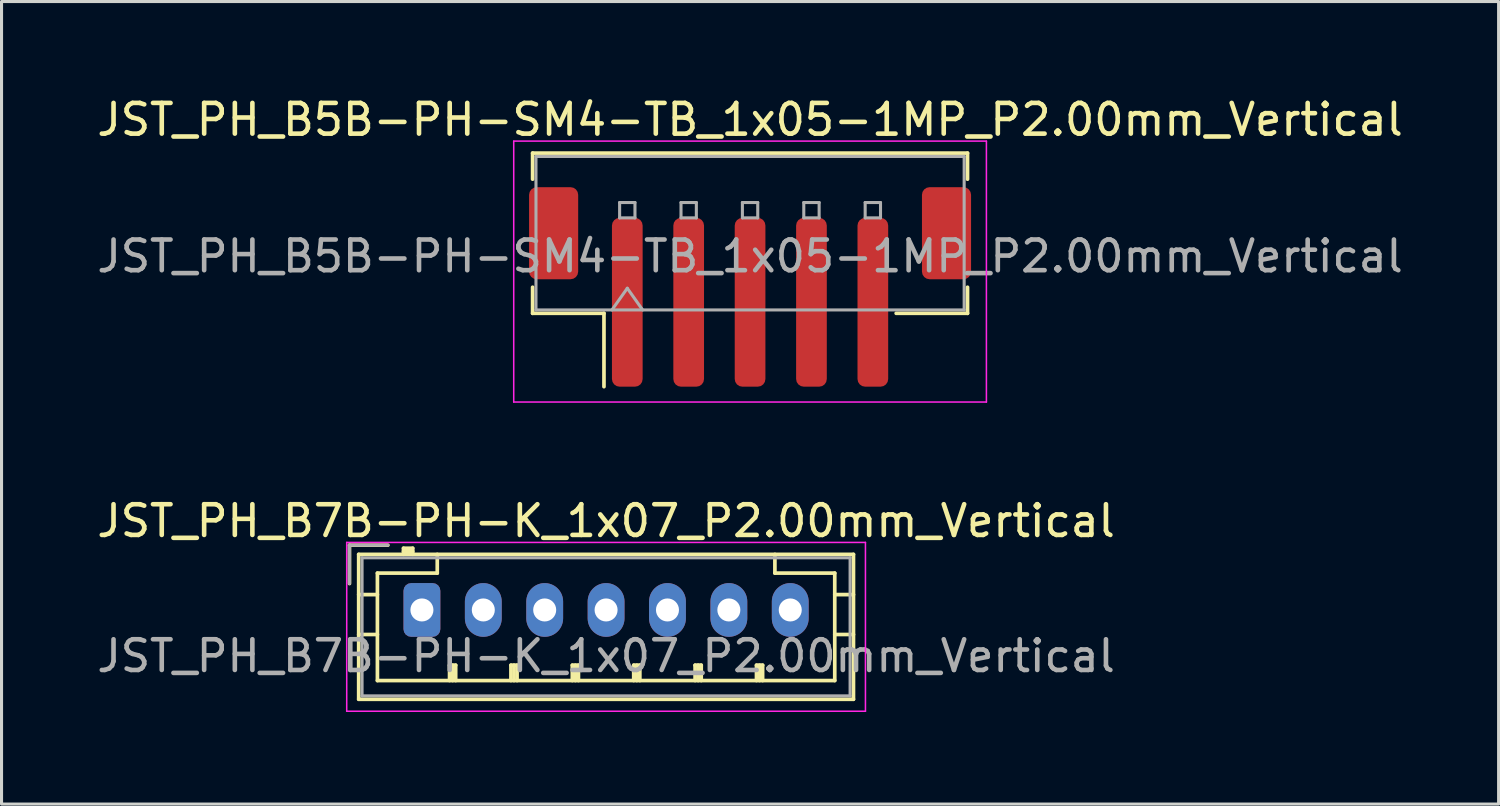
<source format=kicad_pcb>
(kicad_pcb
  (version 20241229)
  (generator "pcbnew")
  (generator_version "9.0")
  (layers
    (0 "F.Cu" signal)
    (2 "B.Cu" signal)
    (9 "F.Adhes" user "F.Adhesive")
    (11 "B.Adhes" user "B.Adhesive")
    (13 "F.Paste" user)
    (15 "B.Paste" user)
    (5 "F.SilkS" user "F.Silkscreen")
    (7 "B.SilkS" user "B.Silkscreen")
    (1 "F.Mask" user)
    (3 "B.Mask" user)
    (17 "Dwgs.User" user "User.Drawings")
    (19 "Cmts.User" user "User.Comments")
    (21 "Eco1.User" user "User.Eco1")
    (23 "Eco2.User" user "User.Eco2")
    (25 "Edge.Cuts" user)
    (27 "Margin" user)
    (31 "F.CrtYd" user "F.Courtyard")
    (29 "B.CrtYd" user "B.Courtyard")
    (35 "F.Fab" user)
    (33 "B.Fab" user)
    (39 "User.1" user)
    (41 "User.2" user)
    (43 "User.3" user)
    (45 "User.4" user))
  (footprint "JST_PH_B7B-PH-K_1x07_P2.00mm_Vertical"
    (layer "F.Cu")
    (at 10.696 16.822)
    (property "Reference" "JST_PH_B7B-PH-K_1x07_P2.00mm_Vertical" (at 6 -2.9 0) (layer "F.SilkS") (effects (font (size 1 1) (thickness 0.15))))
    (attr through_hole)
    (fp_line (start -2.36 -2.11) (end -2.36 -0.86) (stroke (width 0.12) (type solid)) (layer "F.SilkS"))
    (fp_line (start -2.06 -1.81) (end -2.06 2.91) (stroke (width 0.12) (type solid)) (layer "F.SilkS"))
    (fp_line (start -2.06 -0.5) (end -1.45 -0.5) (stroke (width 0.12) (type solid)) (layer "F.SilkS"))
    (fp_line (start -2.06 0.8) (end -1.45 0.8) (stroke (width 0.12) (type solid)) (layer "F.SilkS"))
    (fp_line (start -2.06 2.91) (end 14.06 2.91) (stroke (width 0.12) (type solid)) (layer "F.SilkS"))
    (fp_line (start -1.45 -1.2) (end -1.45 2.3) (stroke (width 0.12) (type solid)) (layer "F.SilkS"))
    (fp_line (start -1.45 2.3) (end 13.45 2.3) (stroke (width 0.12) (type solid)) (layer "F.SilkS"))
    (fp_line (start -1.11 -2.11) (end -2.36 -2.11) (stroke (width 0.12) (type solid)) (layer "F.SilkS"))
    (fp_line (start -0.6 -2.01) (end -0.6 -1.81) (stroke (width 0.12) (type solid)) (layer "F.SilkS"))
    (fp_line (start -0.3 -2.01) (end -0.6 -2.01) (stroke (width 0.12) (type solid)) (layer "F.SilkS"))
    (fp_line (start -0.3 -1.91) (end -0.6 -1.91) (stroke (width 0.12) (type solid)) (layer "F.SilkS"))
    (fp_line (start -0.3 -1.81) (end -0.3 -2.01) (stroke (width 0.12) (type solid)) (layer "F.SilkS"))
    (fp_line (start 0.5 -1.81) (end 0.5 -1.2) (stroke (width 0.12) (type solid)) (layer "F.SilkS"))
    (fp_line (start 0.5 -1.2) (end -1.45 -1.2) (stroke (width 0.12) (type solid)) (layer "F.SilkS"))
    (fp_line (start 0.9 1.8) (end 1.1 1.8) (stroke (width 0.12) (type solid)) (layer "F.SilkS"))
    (fp_line (start 0.9 2.3) (end 0.9 1.8) (stroke (width 0.12) (type solid)) (layer "F.SilkS"))
    (fp_line (start 1 2.3) (end 1 1.8) (stroke (width 0.12) (type solid)) (layer "F.SilkS"))
    (fp_line (start 1.1 1.8) (end 1.1 2.3) (stroke (width 0.12) (type solid)) (layer "F.SilkS"))
    (fp_line (start 2.9 1.8) (end 3.1 1.8) (stroke (width 0.12) (type solid)) (layer "F.SilkS"))
    (fp_line (start 2.9 2.3) (end 2.9 1.8) (stroke (width 0.12) (type solid)) (layer "F.SilkS"))
    (fp_line (start 3 2.3) (end 3 1.8) (stroke (width 0.12) (type solid)) (layer "F.SilkS"))
    (fp_line (start 3.1 1.8) (end 3.1 2.3) (stroke (width 0.12) (type solid)) (layer "F.SilkS"))
    (fp_line (start 4.9 1.8) (end 5.1 1.8) (stroke (width 0.12) (type solid)) (layer "F.SilkS"))
    (fp_line (start 4.9 2.3) (end 4.9 1.8) (stroke (width 0.12) (type solid)) (layer "F.SilkS"))
    (fp_line (start 5 2.3) (end 5 1.8) (stroke (width 0.12) (type solid)) (layer "F.SilkS"))
    (fp_line (start 5.1 1.8) (end 5.1 2.3) (stroke (width 0.12) (type solid)) (layer "F.SilkS"))
    (fp_line (start 6.9 1.8) (end 7.1 1.8) (stroke (width 0.12) (type solid)) (layer "F.SilkS"))
    (fp_line (start 6.9 2.3) (end 6.9 1.8) (stroke (width 0.12) (type solid)) (layer "F.SilkS"))
    (fp_line (start 7 2.3) (end 7 1.8) (stroke (width 0.12) (type solid)) (layer "F.SilkS"))
    (fp_line (start 7.1 1.8) (end 7.1 2.3) (stroke (width 0.12) (type solid)) (layer "F.SilkS"))
    (fp_line (start 8.9 1.8) (end 9.1 1.8) (stroke (width 0.12) (type solid)) (layer "F.SilkS"))
    (fp_line (start 8.9 2.3) (end 8.9 1.8) (stroke (width 0.12) (type solid)) (layer "F.SilkS"))
    (fp_line (start 9 2.3) (end 9 1.8) (stroke (width 0.12) (type solid)) (layer "F.SilkS"))
    (fp_line (start 9.1 1.8) (end 9.1 2.3) (stroke (width 0.12) (type solid)) (layer "F.SilkS"))
    (fp_line (start 10.9 1.8) (end 11.1 1.8) (stroke (width 0.12) (type solid)) (layer "F.SilkS"))
    (fp_line (start 10.9 2.3) (end 10.9 1.8) (stroke (width 0.12) (type solid)) (layer "F.SilkS"))
    (fp_line (start 11 2.3) (end 11 1.8) (stroke (width 0.12) (type solid)) (layer "F.SilkS"))
    (fp_line (start 11.1 1.8) (end 11.1 2.3) (stroke (width 0.12) (type solid)) (layer "F.SilkS"))
    (fp_line (start 11.5 -1.2) (end 11.5 -1.81) (stroke (width 0.12) (type solid)) (layer "F.SilkS"))
    (fp_line (start 13.45 -1.2) (end 11.5 -1.2) (stroke (width 0.12) (type solid)) (layer "F.SilkS"))
    (fp_line (start 13.45 2.3) (end 13.45 -1.2) (stroke (width 0.12) (type solid)) (layer "F.SilkS"))
    (fp_line (start 14.06 -1.81) (end -2.06 -1.81) (stroke (width 0.12) (type solid)) (layer "F.SilkS"))
    (fp_line (start 14.06 -0.5) (end 13.45 -0.5) (stroke (width 0.12) (type solid)) (layer "F.SilkS"))
    (fp_line (start 14.06 0.8) (end 13.45 0.8) (stroke (width 0.12) (type solid)) (layer "F.SilkS"))
    (fp_line (start 14.06 2.91) (end 14.06 -1.81) (stroke (width 0.12) (type solid)) (layer "F.SilkS"))
    (fp_line (start -2.45 -2.2) (end -2.45 3.3) (stroke (width 0.05) (type solid)) (layer "F.CrtYd"))
    (fp_line (start -2.45 3.3) (end 14.45 3.3) (stroke (width 0.05) (type solid)) (layer "F.CrtYd"))
    (fp_line (start 14.45 -2.2) (end -2.45 -2.2) (stroke (width 0.05) (type solid)) (layer "F.CrtYd"))
    (fp_line (start 14.45 3.3) (end 14.45 -2.2) (stroke (width 0.05) (type solid)) (layer "F.CrtYd"))
    (fp_line (start -2.36 -2.11) (end -2.36 -0.86) (stroke (width 0.1) (type solid)) (layer "F.Fab"))
    (fp_line (start -1.95 -1.7) (end -1.95 2.8) (stroke (width 0.1) (type solid)) (layer "F.Fab"))
    (fp_line (start -1.95 2.8) (end 13.95 2.8) (stroke (width 0.1) (type solid)) (layer "F.Fab"))
    (fp_line (start -1.11 -2.11) (end -2.36 -2.11) (stroke (width 0.1) (type solid)) (layer "F.Fab"))
    (fp_line (start 13.95 -1.7) (end -1.95 -1.7) (stroke (width 0.1) (type solid)) (layer "F.Fab"))
    (fp_line (start 13.95 2.8) (end 13.95 -1.7) (stroke (width 0.1) (type solid)) (layer "F.Fab"))
    (fp_text user "${REFERENCE}" (at 6 1.5 0) (layer "F.Fab") (effects (font (size 1 1) (thickness 0.15))))
    (pad "1" thru_hole roundrect (at 0 0) (size 1.2 1.75) (drill 0.75) (layers "*.Cu" "*.Mask") (roundrect_rratio 0.208))
    (pad "2" thru_hole oval (at 2 0) (size 1.2 1.75) (drill 0.75) (layers "*.Cu" "*.Mask"))
    (pad "3" thru_hole oval (at 4 0) (size 1.2 1.75) (drill 0.75) (layers "*.Cu" "*.Mask"))
    (pad "4" thru_hole oval (at 6 0) (size 1.2 1.75) (drill 0.75) (layers "*.Cu" "*.Mask"))
    (pad "5" thru_hole oval (at 8 0) (size 1.2 1.75) (drill 0.75) (layers "*.Cu" "*.Mask"))
    (pad "6" thru_hole oval (at 10 0) (size 1.2 1.75) (drill 0.75) (layers "*.Cu" "*.Mask"))
    (pad "7" thru_hole oval (at 12 0) (size 1.2 1.75) (drill 0.75) (layers "*.Cu" "*.Mask")))
  (footprint "JST_PH_B5B-PH-SM4-TB_1x05-1MP_P2.00mm_Vertical"
    (layer "F.Cu")
    (at 21.387 6.298)
    (property "Reference" "JST_PH_B5B-PH-SM4-TB_1x05-1MP_P2.00mm_Vertical" (at 0 -5.45 0) (layer "F.SilkS") (effects (font (size 1 1) (thickness 0.15))))
    (attr smd)
    (fp_line (start -7.085 -4.36) (end 7.085 -4.36) (stroke (width 0.12) (type solid)) (layer "F.SilkS"))
    (fp_line (start -7.085 -3.51) (end -7.085 -4.36) (stroke (width 0.12) (type solid)) (layer "F.SilkS"))
    (fp_line (start -7.085 0.01) (end -7.085 0.86) (stroke (width 0.12) (type solid)) (layer "F.SilkS"))
    (fp_line (start -7.085 0.86) (end -4.76 0.86) (stroke (width 0.12) (type solid)) (layer "F.SilkS"))
    (fp_line (start -4.76 0.86) (end -4.76 3.25) (stroke (width 0.12) (type solid)) (layer "F.SilkS"))
    (fp_line (start 7.085 -4.36) (end 7.085 -3.51) (stroke (width 0.12) (type solid)) (layer "F.SilkS"))
    (fp_line (start 7.085 0.01) (end 7.085 0.86) (stroke (width 0.12) (type solid)) (layer "F.SilkS"))
    (fp_line (start 7.085 0.86) (end 4.76 0.86) (stroke (width 0.12) (type solid)) (layer "F.SilkS"))
    (fp_line (start -7.7 -4.75) (end -7.7 3.75) (stroke (width 0.05) (type solid)) (layer "F.CrtYd"))
    (fp_line (start -7.7 3.75) (end 7.7 3.75) (stroke (width 0.05) (type solid)) (layer "F.CrtYd"))
    (fp_line (start 7.7 -4.75) (end -7.7 -4.75) (stroke (width 0.05) (type solid)) (layer "F.CrtYd"))
    (fp_line (start 7.7 3.75) (end 7.7 -4.75) (stroke (width 0.05) (type solid)) (layer "F.CrtYd"))
    (fp_line (start -6.975 -4.25) (end 6.975 -4.25) (stroke (width 0.1) (type solid)) (layer "F.Fab"))
    (fp_line (start -6.975 0.75) (end -6.975 -4.25) (stroke (width 0.1) (type solid)) (layer "F.Fab"))
    (fp_line (start -6.975 0.75) (end 6.975 0.75) (stroke (width 0.1) (type solid)) (layer "F.Fab"))
    (fp_line (start -4.5 0.75) (end -4 0.043) (stroke (width 0.1) (type solid)) (layer "F.Fab"))
    (fp_line (start -4.25 -2.75) (end -4.25 -2.25) (stroke (width 0.1) (type solid)) (layer "F.Fab"))
    (fp_line (start -4.25 -2.25) (end -3.75 -2.25) (stroke (width 0.1) (type solid)) (layer "F.Fab"))
    (fp_line (start -4 0.043) (end -3.5 0.75) (stroke (width 0.1) (type solid)) (layer "F.Fab"))
    (fp_line (start -3.75 -2.75) (end -4.25 -2.75) (stroke (width 0.1) (type solid)) (layer "F.Fab"))
    (fp_line (start -3.75 -2.25) (end -3.75 -2.75) (stroke (width 0.1) (type solid)) (layer "F.Fab"))
    (fp_line (start -2.25 -2.75) (end -2.25 -2.25) (stroke (width 0.1) (type solid)) (layer "F.Fab"))
    (fp_line (start -2.25 -2.25) (end -1.75 -2.25) (stroke (width 0.1) (type solid)) (layer "F.Fab"))
    (fp_line (start -1.75 -2.75) (end -2.25 -2.75) (stroke (width 0.1) (type solid)) (layer "F.Fab"))
    (fp_line (start -1.75 -2.25) (end -1.75 -2.75) (stroke (width 0.1) (type solid)) (layer "F.Fab"))
    (fp_line (start -0.25 -2.75) (end -0.25 -2.25) (stroke (width 0.1) (type solid)) (layer "F.Fab"))
    (fp_line (start -0.25 -2.25) (end 0.25 -2.25) (stroke (width 0.1) (type solid)) (layer "F.Fab"))
    (fp_line (start 0.25 -2.75) (end -0.25 -2.75) (stroke (width 0.1) (type solid)) (layer "F.Fab"))
    (fp_line (start 0.25 -2.25) (end 0.25 -2.75) (stroke (width 0.1) (type solid)) (layer "F.Fab"))
    (fp_line (start 1.75 -2.75) (end 1.75 -2.25) (stroke (width 0.1) (type solid)) (layer "F.Fab"))
    (fp_line (start 1.75 -2.25) (end 2.25 -2.25) (stroke (width 0.1) (type solid)) (layer "F.Fab"))
    (fp_line (start 2.25 -2.75) (end 1.75 -2.75) (stroke (width 0.1) (type solid)) (layer "F.Fab"))
    (fp_line (start 2.25 -2.25) (end 2.25 -2.75) (stroke (width 0.1) (type solid)) (layer "F.Fab"))
    (fp_line (start 3.75 -2.75) (end 3.75 -2.25) (stroke (width 0.1) (type solid)) (layer "F.Fab"))
    (fp_line (start 3.75 -2.25) (end 4.25 -2.25) (stroke (width 0.1) (type solid)) (layer "F.Fab"))
    (fp_line (start 4.25 -2.75) (end 3.75 -2.75) (stroke (width 0.1) (type solid)) (layer "F.Fab"))
    (fp_line (start 4.25 -2.25) (end 4.25 -2.75) (stroke (width 0.1) (type solid)) (layer "F.Fab"))
    (fp_line (start 6.975 0.75) (end 6.975 -4.25) (stroke (width 0.1) (type solid)) (layer "F.Fab"))
    (fp_text user "${REFERENCE}" (at 0 -1 0) (layer "F.Fab") (effects (font (size 1 1) (thickness 0.15))))
    (pad "1" smd roundrect (at -4 0.5) (size 1 5.5) (layers "F.Cu" "F.Mask" "F.Paste") (roundrect_rratio 0.25))
    (pad "2" smd roundrect (at -2 0.5) (size 1 5.5) (layers "F.Cu" "F.Mask" "F.Paste") (roundrect_rratio 0.25))
    (pad "3" smd roundrect (at 0 0.5) (size 1 5.5) (layers "F.Cu" "F.Mask" "F.Paste") (roundrect_rratio 0.25))
    (pad "4" smd roundrect (at 2 0.5) (size 1 5.5) (layers "F.Cu" "F.Mask" "F.Paste") (roundrect_rratio 0.25))
    (pad "5" smd roundrect (at 4 0.5) (size 1 5.5) (layers "F.Cu" "F.Mask" "F.Paste") (roundrect_rratio 0.25))
    (pad "MP" smd roundrect (at -6.4 -1.75) (size 1.6 3) (layers "F.Cu" "F.Mask" "F.Paste") (roundrect_rratio 0.156))
    (pad "MP" smd roundrect (at 6.4 -1.75) (size 1.6 3) (layers "F.Cu" "F.Mask" "F.Paste") (roundrect_rratio 0.156)))
  (gr_rect
    (start -3 -3)
    (end 45.774 23.146)
    (stroke (width 0.1) (type default))
    (fill no)
    (layer "Edge.Cuts")))
</source>
